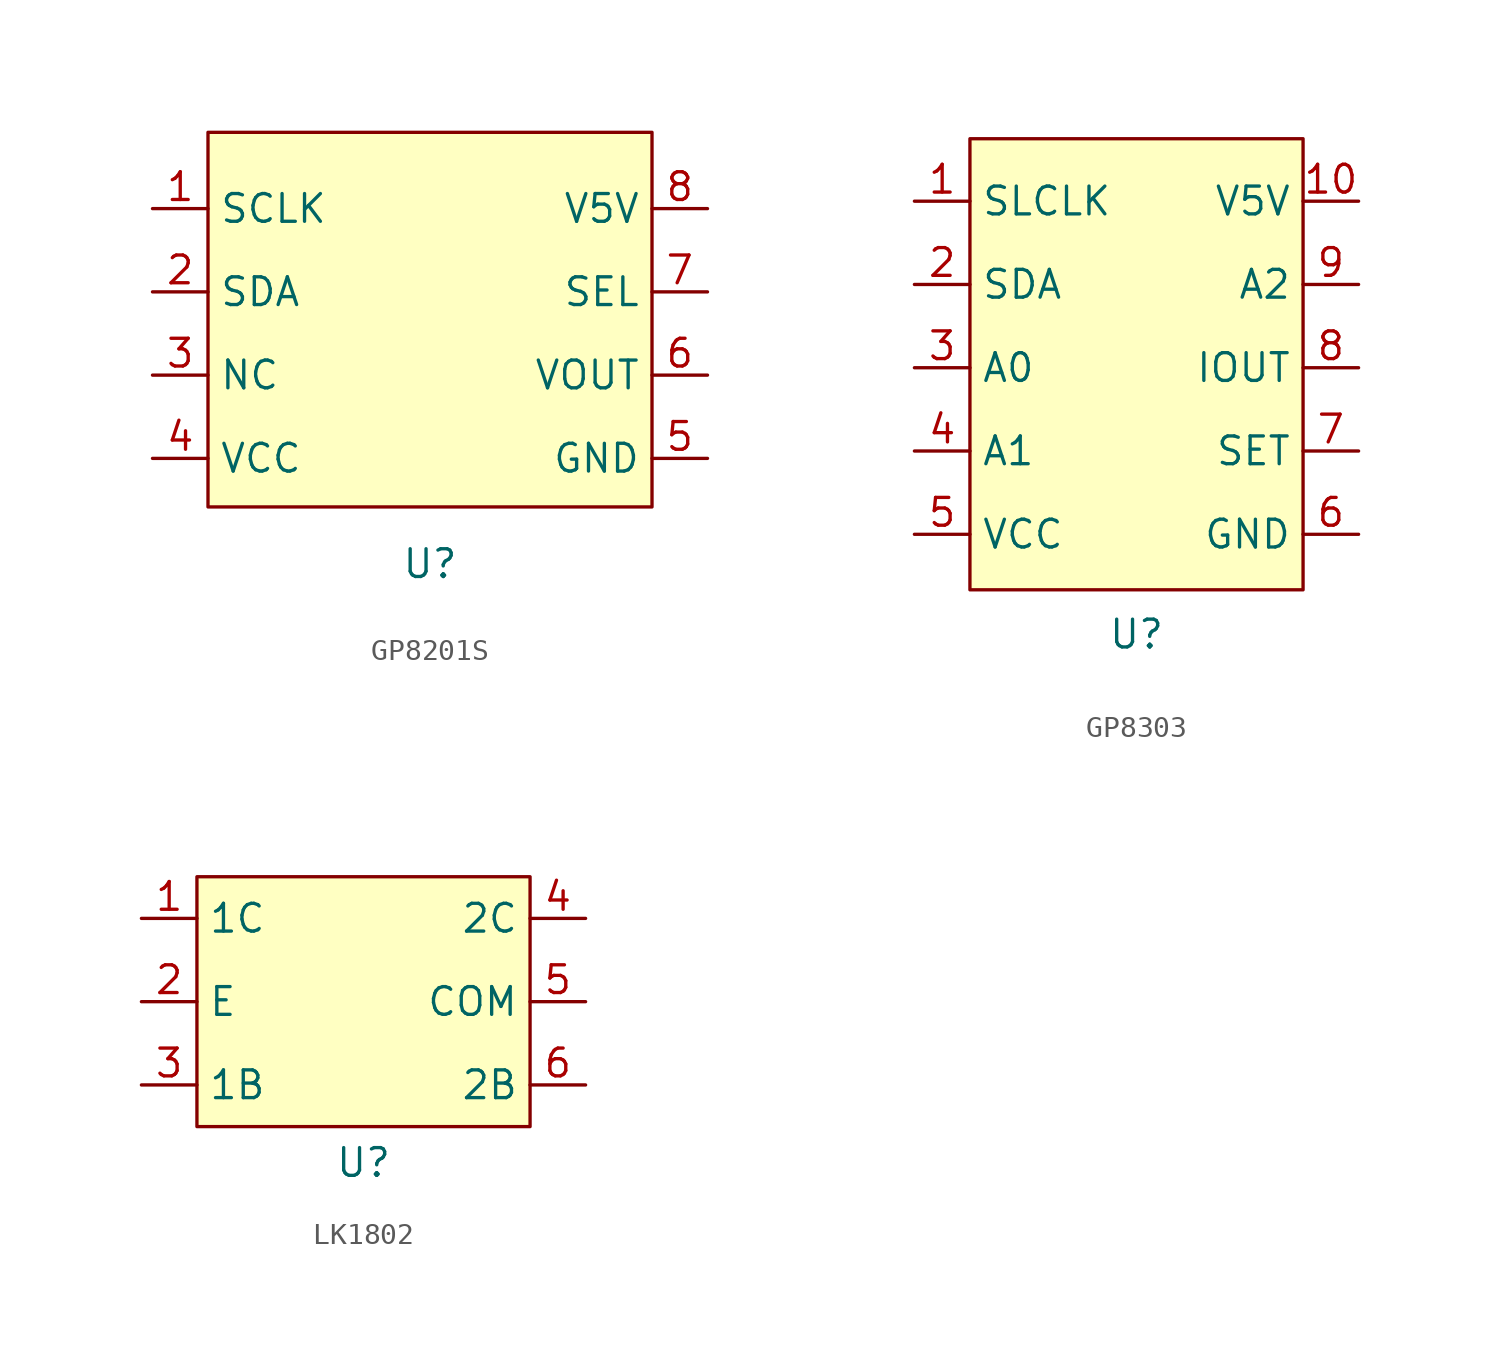
<source format=kicad_sym>
(kicad_symbol_lib
  (version 20241209)
  (generator "kicad_symbol_editor")
  (generator_version "9.0")
  (symbol "GP8201S"
    (property "Reference" "U"
      (at 0 -11.176 0)
      (effects (font (size 1.27 1.27))))
    (property "Value" ""
      (at 0 0 0)
      (effects (font (size 1.27 1.27))))
    (symbol "GP8201S_1_1"
      (rectangle (start -10.16 8.572) (end 10.16 -8.572) (stroke (width 0) (type solid)) (fill (type color) (color 255 255 194 1)))
      (pin input line (at -12.7 5.08 0) (length 2.54) (name "SCLK" (effects (font (size 1.27 1.27)))) (number "1" (effects (font (size 1.27 1.27)))))
      (pin input line (at -12.7 1.27 0) (length 2.54) (name "SDA" (effects (font (size 1.27 1.27)))) (number "2" (effects (font (size 1.27 1.27)))))
      (pin input line (at -12.7 -2.54 0) (length 2.54) (name "NC" (effects (font (size 1.27 1.27)))) (number "3" (effects (font (size 1.27 1.27)))))
      (pin input line (at -12.7 -6.35 0) (length 2.54) (name "VCC" (effects (font (size 1.27 1.27)))) (number "4" (effects (font (size 1.27 1.27)))))
      (pin input line (at 12.7 5.08 180) (length 2.54) (name "V5V" (effects (font (size 1.27 1.27)))) (number "8" (effects (font (size 1.27 1.27)))))
      (pin input line (at 12.7 1.27 180) (length 2.54) (name "SEL" (effects (font (size 1.27 1.27)))) (number "7" (effects (font (size 1.27 1.27)))))
      (pin input line (at 12.7 -2.54 180) (length 2.54) (name "VOUT" (effects (font (size 1.27 1.27)))) (number "6" (effects (font (size 1.27 1.27)))))
      (pin input line (at 12.7 -6.35 180) (length 2.54) (name "GND" (effects (font (size 1.27 1.27)))) (number "5" (effects (font (size 1.27 1.27)))))))
  (symbol "GP8303"
    (property "Reference" "U"
      (at 0 -12.192 0)
      (effects (font (size 1.27 1.27))))
    (property "Value" ""
      (at 0 0 0)
      (effects (font (size 1.27 1.27))))
    (symbol "GP8303_1_1"
      (rectangle (start -7.62 10.477) (end 7.62 -10.16) (stroke (width 0) (type solid)) (fill (type color) (color 255 255 194 1)))
      (pin input line (at -10.16 7.62 0) (length 2.54) (name "SLCLK" (effects (font (size 1.27 1.27)))) (number "1" (effects (font (size 1.27 1.27)))))
      (pin input line (at -10.16 3.81 0) (length 2.54) (name "SDA" (effects (font (size 1.27 1.27)))) (number "2" (effects (font (size 1.27 1.27)))))
      (pin input line (at -10.16 0 0) (length 2.54) (name "A0" (effects (font (size 1.27 1.27)))) (number "3" (effects (font (size 1.27 1.27)))))
      (pin input line (at -10.16 -3.81 0) (length 2.54) (name "A1" (effects (font (size 1.27 1.27)))) (number "4" (effects (font (size 1.27 1.27)))))
      (pin input line (at -10.16 -7.62 0) (length 2.54) (name "VCC" (effects (font (size 1.27 1.27)))) (number "5" (effects (font (size 1.27 1.27)))))
      (pin input line (at 10.16 7.62 180) (length 2.54) (name "V5V" (effects (font (size 1.27 1.27)))) (number "10" (effects (font (size 1.27 1.27)))))
      (pin input line (at 10.16 3.81 180) (length 2.54) (name "A2" (effects (font (size 1.27 1.27)))) (number "9" (effects (font (size 1.27 1.27)))))
      (pin input line (at 10.16 0 180) (length 2.54) (name "IOUT" (effects (font (size 1.27 1.27)))) (number "8" (effects (font (size 1.27 1.27)))))
      (pin input line (at 10.16 -3.81 180) (length 2.54) (name "SET" (effects (font (size 1.27 1.27)))) (number "7" (effects (font (size 1.27 1.27)))))
      (pin input line (at 10.16 -7.62 180) (length 2.54) (name "GND" (effects (font (size 1.27 1.27)))) (number "6" (effects (font (size 1.27 1.27)))))))
  (symbol "LK1802"
    (property "Reference" "U"
      (at 0 -7.366 0)
      (effects (font (size 1.27 1.27))))
    (property "Value" ""
      (at 0 0 0)
      (effects (font (size 1.27 1.27))))
    (symbol "LK1802_1_1"
      (rectangle (start -7.62 5.715) (end 7.62 -5.715) (stroke (width 0) (type solid)) (fill (type color) (color 255 255 194 1)))
      (pin input line (at -10.16 3.81 0) (length 2.54) (name "1C" (effects (font (size 1.27 1.27)))) (number "1" (effects (font (size 1.27 1.27)))))
      (pin input line (at -10.16 0 0) (length 2.54) (name "E" (effects (font (size 1.27 1.27)))) (number "2" (effects (font (size 1.27 1.27)))))
      (pin input line (at -10.16 -3.81 0) (length 2.54) (name "1B" (effects (font (size 1.27 1.27)))) (number "3" (effects (font (size 1.27 1.27)))))
      (pin input line (at 10.16 3.81 180) (length 2.54) (name "2C" (effects (font (size 1.27 1.27)))) (number "4" (effects (font (size 1.27 1.27)))))
      (pin input line (at 10.16 0 180) (length 2.54) (name "COM" (effects (font (size 1.27 1.27)))) (number "5" (effects (font (size 1.27 1.27)))))
      (pin input line (at 10.16 -3.81 180) (length 2.54) (name "2B" (effects (font (size 1.27 1.27)))) (number "6" (effects (font (size 1.27 1.27))))))))
</source>
